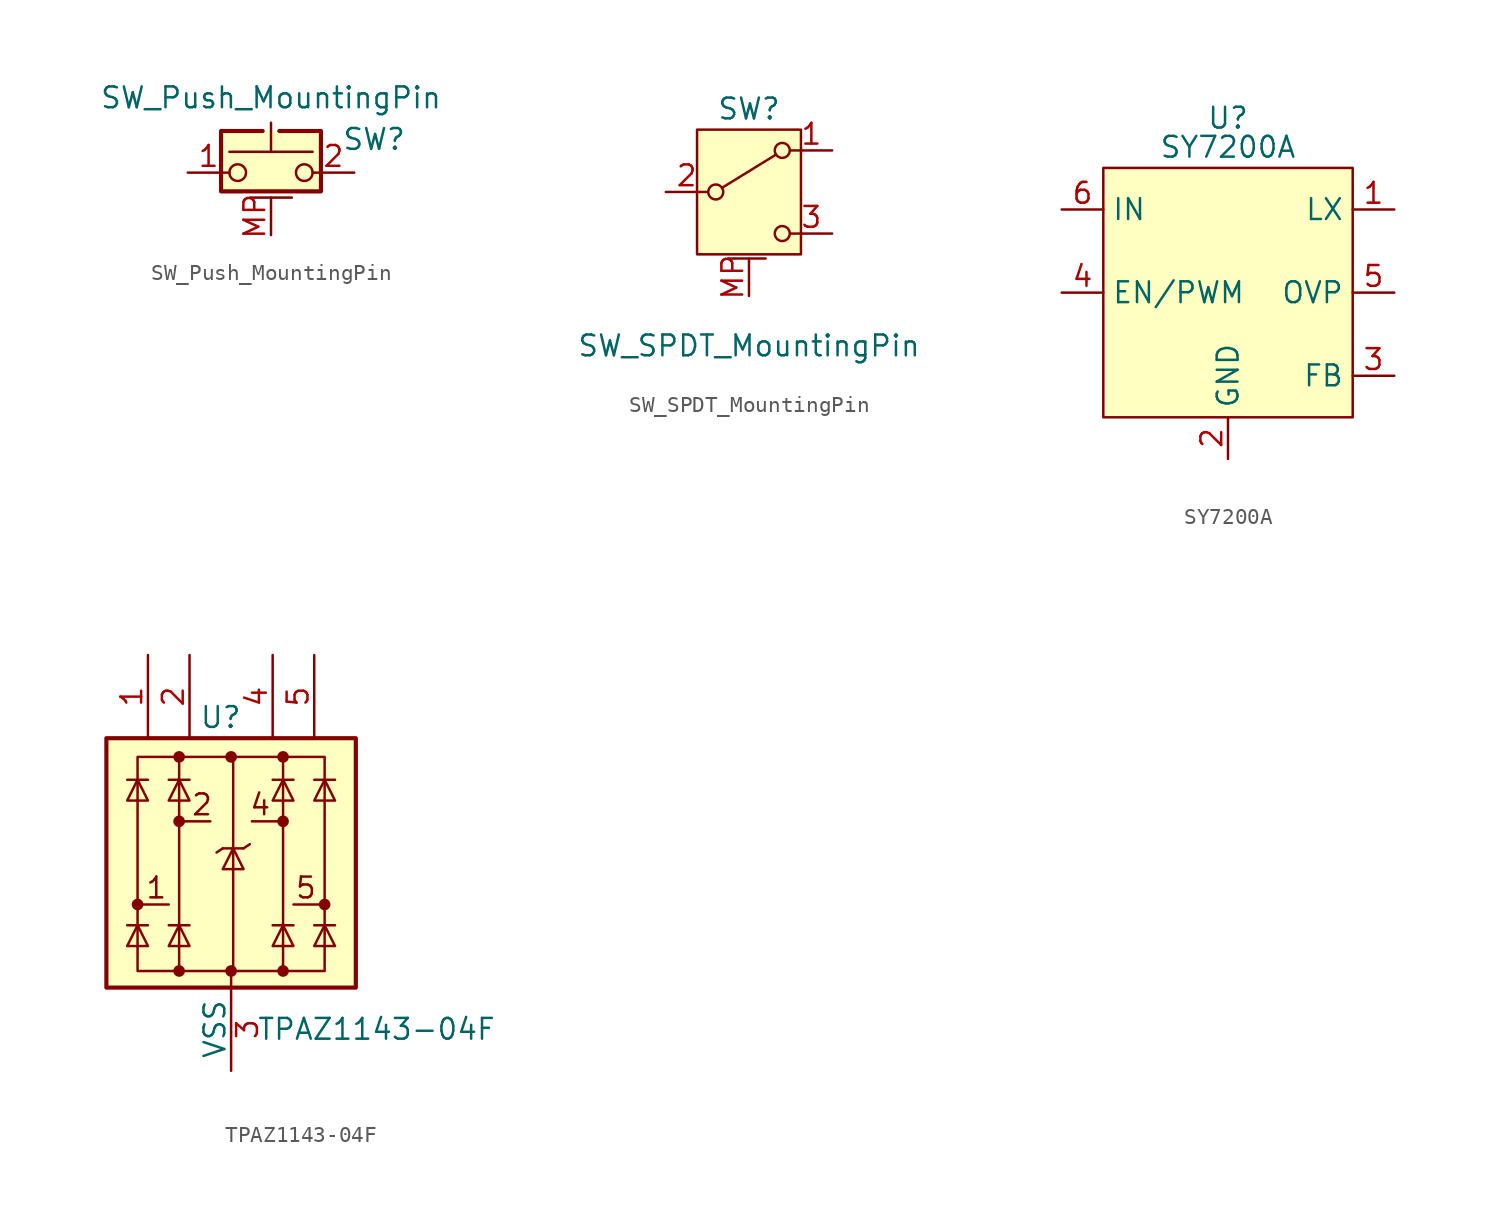
<source format=kicad_sym>
(kicad_symbol_lib
  (version 20241209)
  (generator "kicad_symbol_editor")
  (generator_version "9.0")
  (symbol "SW_Push_MountingPin"
    (pin_names
      (offset 1.016)
      (hide yes))
    (property "Reference" "SW"
      (at 4.318 2.032 0)
      (effects (font (size 1.27 1.27)) (justify left)))
    (property "Value" "SW_Push_MountingPin"
      (at 0 4.572 0)
      (effects (font (size 1.27 1.27))))
    (symbol "SW_Push_MountingPin_0_1"
      (circle (center -2.032 0) (radius 0.508) (stroke (width 0) (type default)) (fill (type none)))
      (polyline (pts (xy 0 1.27) (xy 0 3.048)) (stroke (width 0) (type default)) (fill (type none)))
      (polyline (pts (xy 0.508 2.54) (xy 3.048 2.54) (xy 3.048 -1.143) (xy -3.048 -1.143) (xy -3.048 2.54) (xy -0.508 2.54)) (stroke (width -0.025) (type default)) (fill (type none)))
      (polyline (pts (xy 0.508 2.54) (xy 3.048 2.54) (xy 3.048 -1.143) (xy -3.048 -1.143) (xy -3.048 2.54) (xy -0.508 2.54)) (stroke (width 0.254) (type default)) (fill (type none)))
      (polyline (pts (xy 1.27 -1.524) (xy -1.27 -1.524)) (stroke (width 0) (type default)) (fill (type none)))
      (circle (center 2.032 0) (radius 0.508) (stroke (width 0) (type default)) (fill (type none)))
      (polyline (pts (xy 2.54 1.27) (xy -2.54 1.27)) (stroke (width 0) (type default)) (fill (type none)))
      (pin passive line (at -5.08 0 0) (length 2.54) (name "1" (effects (font (size 1.27 1.27)))) (number "1" (effects (font (size 1.27 1.27)))))
      (pin passive line (at 5.08 0 180) (length 2.54) (name "2" (effects (font (size 1.27 1.27)))) (number "2" (effects (font (size 1.27 1.27))))))
    (symbol "SW_Push_MountingPin_1_1"
      (rectangle (start -3.048 2.54) (end 3.048 -1.27) (stroke (width -0.025) (type default)) (fill (type background)))
      (pin passive line (at 0 -3.81 90) (length 2.286) (name "B" (effects (font (size 1.27 1.27)))) (number "MP" (effects (font (size 1.27 1.27)))))))
  (symbol "SW_SPDT_MountingPin"
    (pin_names
      (offset 0)
      (hide yes))
    (property "Reference" "SW"
      (at 0 5.08 0)
      (effects (font (size 1.27 1.27))))
    (property "Value" "SW_SPDT_MountingPin"
      (at 0 -9.398 0)
      (effects (font (size 1.27 1.27))))
    (symbol "SW_SPDT_MountingPin_0_1"
      (circle (center -2.032 0) (radius 0.457) (stroke (width 0) (type default)) (fill (type none)))
      (polyline (pts (xy -1.651 0.254) (xy 1.651 2.286)) (stroke (width 0) (type default)) (fill (type none)))
      (polyline (pts (xy -1.27 -4.064) (xy 1.016 -4.064)) (stroke (width 0) (type default)) (fill (type none)))
      (circle (center 2.032 2.54) (radius 0.457) (stroke (width 0) (type default)) (fill (type none)))
      (circle (center 2.032 -2.54) (radius 0.457) (stroke (width 0) (type default)) (fill (type none))))
    (symbol "SW_SPDT_MountingPin_1_1"
      (rectangle (start -3.175 3.81) (end 3.175 -3.81) (stroke (width 0) (type default)) (fill (type background)))
      (pin passive line (at -5.08 0 0) (length 2.54) (name "B" (effects (font (size 1.27 1.27)))) (number "2" (effects (font (size 1.27 1.27)))))
      (pin passive line (at 0 -6.35 90) (length 2.286) (name "MP" (effects (font (size 1.27 1.27)))) (number "MP" (effects (font (size 1.27 1.27)))))
      (pin passive line (at 5.08 2.54 180) (length 2.54) (name "A" (effects (font (size 1.27 1.27)))) (number "1" (effects (font (size 1.27 1.27)))))
      (pin passive line (at 5.08 -2.54 180) (length 2.54) (name "C" (effects (font (size 1.27 1.27)))) (number "3" (effects (font (size 1.27 1.27)))))))
  (symbol "SY7200A"
    (property "Reference" "U"
      (at 0 10.668 0)
      (effects (font (size 1.27 1.27))))
    (property "Value" "SY7200A"
      (at 0 8.89 0)
      (effects (font (size 1.27 1.27))))
    (symbol "SY7200A_1_1"
      (rectangle (start -7.62 7.62) (end 7.62 -7.62) (stroke (width 0) (type default)) (fill (type background)))
      (pin power_in line (at -10.16 5.08 0) (length 2.54) (name "IN" (effects (font (size 1.27 1.27)))) (number "6" (effects (font (size 1.27 1.27)))))
      (pin input line (at -10.16 0 0) (length 2.54) (name "EN/PWM" (effects (font (size 1.27 1.27)))) (number "4" (effects (font (size 1.27 1.27)))))
      (pin power_in line (at 0 -10.16 90) (length 2.54) (name "GND" (effects (font (size 1.27 1.27)))) (number "2" (effects (font (size 1.27 1.27)))))
      (pin power_out line (at 10.16 5.08 180) (length 2.54) (name "LX" (effects (font (size 1.27 1.27)))) (number "1" (effects (font (size 1.27 1.27)))))
      (pin power_out line (at 10.16 0 180) (length 2.54) (name "OVP" (effects (font (size 1.27 1.27)))) (number "5" (effects (font (size 1.27 1.27)))))
      (pin input line (at 10.16 -5.08 180) (length 2.54) (name "FB" (effects (font (size 1.27 1.27)))) (number "3" (effects (font (size 1.27 1.27)))))))
  (symbol "TPAZ1143-04F"
    (pin_names
      (offset 0))
    (property "Reference" "U"
      (at -0.635 8.89 0)
      (effects (font (size 1.27 1.27))))
    (property "Value" "TPAZ1143-04F"
      (at 8.89 -10.16 0)
      (effects (font (size 1.27 1.27))))
    (symbol "TPAZ1143-04F_0_0"
      (rectangle (start -5.715 6.477) (end 5.715 -6.604) (stroke (width 0) (type default)) (fill (type none)))
      (polyline (pts (xy -3.175 -6.604) (xy -3.175 6.477)) (stroke (width 0) (type default)) (fill (type none)))
      (polyline (pts (xy 0.127 6.477) (xy 0.127 -6.604)) (stroke (width 0) (type default)) (fill (type none)))
      (polyline (pts (xy 3.175 6.477) (xy 3.175 -6.604)) (stroke (width 0) (type default)) (fill (type none))))
    (symbol "TPAZ1143-04F_0_1"
      (rectangle (start -7.62 7.62) (end 7.62 -7.62) (stroke (width 0.254) (type default)) (fill (type background)))
      (circle (center -5.715 -2.54) (radius 0.279) (stroke (width 0) (type default)) (fill (type outline)))
      (polyline (pts (xy -5.715 -2.54) (xy -3.81 -2.54)) (stroke (width 0) (type default)) (fill (type none)))
      (polyline (pts (xy -5.08 5.08) (xy -6.35 5.08)) (stroke (width 0) (type default)) (fill (type none)))
      (polyline (pts (xy -5.08 3.81) (xy -6.35 3.81) (xy -5.715 5.08) (xy -5.08 3.81)) (stroke (width 0) (type default)) (fill (type none)))
      (polyline (pts (xy -5.08 -3.81) (xy -6.35 -3.81)) (stroke (width 0) (type default)) (fill (type none)))
      (polyline (pts (xy -5.08 -5.08) (xy -6.35 -5.08) (xy -5.715 -3.81) (xy -5.08 -5.08)) (stroke (width 0) (type default)) (fill (type none)))
      (circle (center -3.175 6.477) (radius 0.279) (stroke (width 0) (type default)) (fill (type outline)))
      (circle (center -3.175 2.54) (radius 0.279) (stroke (width 0) (type default)) (fill (type outline)))
      (polyline (pts (xy -3.175 2.54) (xy -1.27 2.54)) (stroke (width 0) (type default)) (fill (type none)))
      (circle (center -3.175 -6.604) (radius 0.279) (stroke (width 0) (type default)) (fill (type outline)))
      (polyline (pts (xy -2.54 5.08) (xy -3.81 5.08)) (stroke (width 0) (type default)) (fill (type none)))
      (polyline (pts (xy -2.54 3.81) (xy -3.81 3.81) (xy -3.175 5.08) (xy -2.54 3.81)) (stroke (width 0) (type default)) (fill (type none)))
      (polyline (pts (xy -2.54 -3.81) (xy -3.81 -3.81)) (stroke (width 0) (type default)) (fill (type none)))
      (polyline (pts (xy -2.54 -5.08) (xy -3.81 -5.08) (xy -3.175 -3.81) (xy -2.54 -5.08)) (stroke (width 0) (type default)) (fill (type none)))
      (polyline (pts (xy -0.508 0.889) (xy -0.889 0.635)) (stroke (width 0) (type default)) (fill (type none)))
      (circle (center 0 6.477) (radius 0.279) (stroke (width 0) (type default)) (fill (type outline)))
      (polyline (pts (xy 0 -6.604) (xy 0 -7.62)) (stroke (width 0) (type default)) (fill (type none)))
      (circle (center 0 -6.604) (radius 0.279) (stroke (width 0) (type default)) (fill (type outline)))
      (polyline (pts (xy 0.762 0.889) (xy -0.508 0.889)) (stroke (width 0) (type default)) (fill (type none)))
      (polyline (pts (xy 0.762 0.889) (xy 1.143 1.143)) (stroke (width 0) (type default)) (fill (type none)))
      (polyline (pts (xy 0.762 -0.381) (xy -0.508 -0.381) (xy 0.127 0.889) (xy 0.762 -0.381)) (stroke (width 0) (type default)) (fill (type none)))
      (circle (center 3.175 6.477) (radius 0.279) (stroke (width 0) (type default)) (fill (type outline)))
      (polyline (pts (xy 3.175 2.54) (xy 1.27 2.54)) (stroke (width 0) (type default)) (fill (type none)))
      (circle (center 3.175 2.54) (radius 0.279) (stroke (width 0) (type default)) (fill (type outline)))
      (circle (center 3.175 -6.604) (radius 0.279) (stroke (width 0) (type default)) (fill (type outline)))
      (polyline (pts (xy 3.81 5.08) (xy 2.54 5.08)) (stroke (width 0) (type default)) (fill (type none)))
      (polyline (pts (xy 3.81 3.81) (xy 2.54 3.81) (xy 3.175 5.08) (xy 3.81 3.81)) (stroke (width 0) (type default)) (fill (type none)))
      (polyline (pts (xy 3.81 -3.81) (xy 2.54 -3.81)) (stroke (width 0) (type default)) (fill (type none)))
      (polyline (pts (xy 3.81 -5.08) (xy 2.54 -5.08) (xy 3.175 -3.81) (xy 3.81 -5.08)) (stroke (width 0) (type default)) (fill (type none)))
      (polyline (pts (xy 5.715 -2.54) (xy 3.81 -2.54)) (stroke (width 0) (type default)) (fill (type none)))
      (circle (center 5.715 -2.54) (radius 0.279) (stroke (width 0) (type default)) (fill (type outline)))
      (polyline (pts (xy 6.35 5.08) (xy 5.08 5.08)) (stroke (width 0) (type default)) (fill (type none)))
      (polyline (pts (xy 6.35 3.81) (xy 5.08 3.81) (xy 5.715 5.08) (xy 6.35 3.81)) (stroke (width 0) (type default)) (fill (type none)))
      (polyline (pts (xy 6.35 -3.81) (xy 5.08 -3.81)) (stroke (width 0) (type default)) (fill (type none)))
      (polyline (pts (xy 6.35 -5.08) (xy 5.08 -5.08) (xy 5.715 -3.81) (xy 6.35 -5.08)) (stroke (width 0) (type default)) (fill (type none))))
    (symbol "TPAZ1143-04F_1_1"
      (text "1" (at -4.572 -1.524 0) (effects (font (size 1.27 1.27))))
      (text "2" (at -1.778 3.556 0) (effects (font (size 1.27 1.27))))
      (text "4" (at 1.778 3.556 0) (effects (font (size 1.27 1.27))))
      (text "5" (at 4.572 -1.524 0) (effects (font (size 1.27 1.27))))
      (pin passive line (at -5.08 12.7 270) (length 5.08) (name "~" (effects (font (size 1.27 1.27)))) (number "1" (effects (font (size 1.27 1.27)))))
      (pin passive line (at -2.54 12.7 270) (length 5.08) (name "~" (effects (font (size 1.27 1.27)))) (number "2" (effects (font (size 1.27 1.27)))))
      (pin free line (at 0 -12.7 90) (length 5.08) (hide yes) (name "NC" (effects (font (size 1.27 1.27)))) (number "10" (effects (font (size 1.27 1.27)))))
      (pin power_in line (at 0 -12.7 90) (length 5.08) (name "VSS" (effects (font (size 1.27 1.27)))) (number "3" (effects (font (size 1.27 1.27)))))
      (pin free line (at 0 -12.7 90) (length 5.08) (hide yes) (name "NC" (effects (font (size 1.27 1.27)))) (number "6" (effects (font (size 1.27 1.27)))))
      (pin free line (at 0 -12.7 90) (length 5.08) (hide yes) (name "NC" (effects (font (size 1.27 1.27)))) (number "7" (effects (font (size 1.27 1.27)))))
      (pin passive line (at 0 -12.7 90) (length 5.08) (hide yes) (name "VSS" (effects (font (size 1.27 1.27)))) (number "8" (effects (font (size 1.27 1.27)))))
      (pin free line (at 0 -12.7 90) (length 5.08) (hide yes) (name "NC" (effects (font (size 1.27 1.27)))) (number "9" (effects (font (size 1.27 1.27)))))
      (pin passive line (at 2.54 12.7 270) (length 5.08) (name "~" (effects (font (size 1.27 1.27)))) (number "4" (effects (font (size 1.27 1.27)))))
      (pin passive line (at 5.08 12.7 270) (length 5.08) (name "~" (effects (font (size 1.27 1.27)))) (number "5" (effects (font (size 1.27 1.27))))))))
</source>
